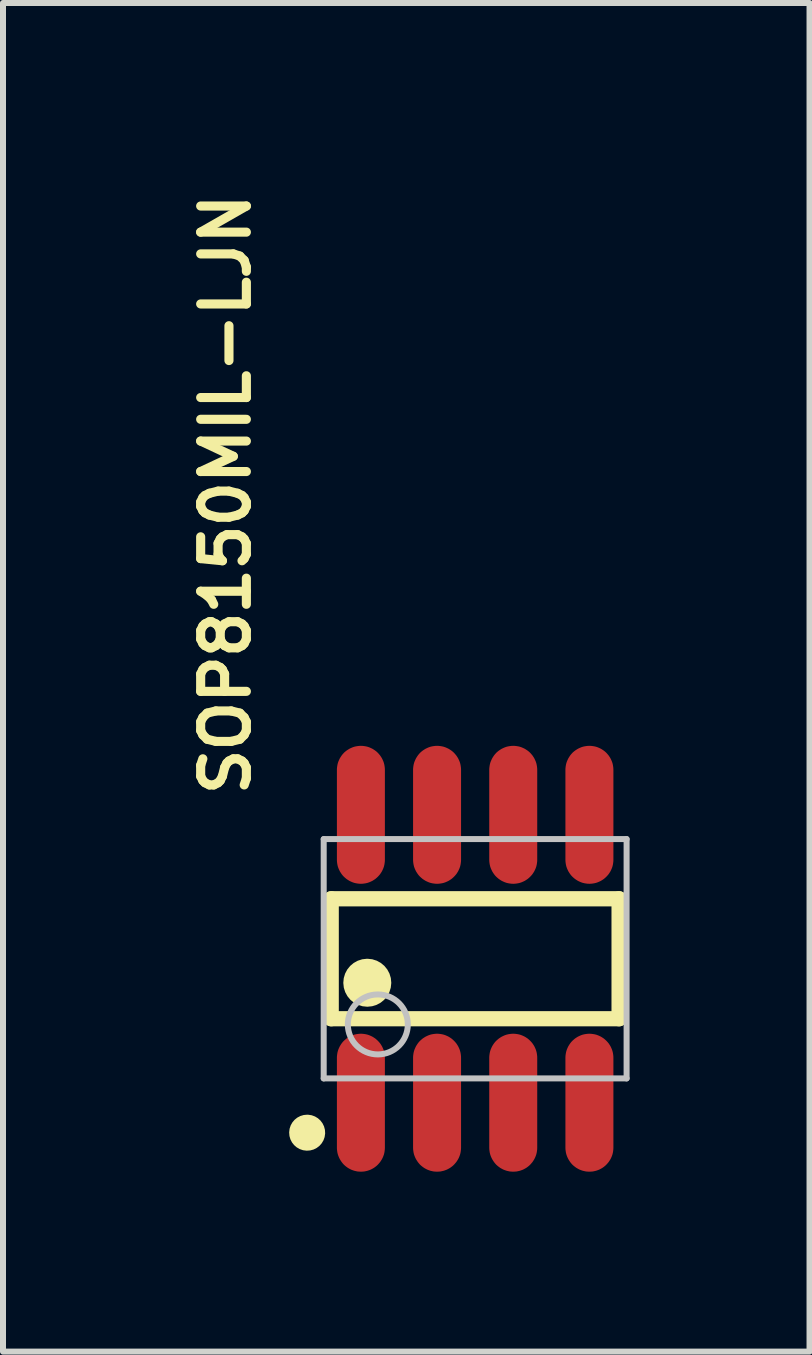
<source format=kicad_pcb>
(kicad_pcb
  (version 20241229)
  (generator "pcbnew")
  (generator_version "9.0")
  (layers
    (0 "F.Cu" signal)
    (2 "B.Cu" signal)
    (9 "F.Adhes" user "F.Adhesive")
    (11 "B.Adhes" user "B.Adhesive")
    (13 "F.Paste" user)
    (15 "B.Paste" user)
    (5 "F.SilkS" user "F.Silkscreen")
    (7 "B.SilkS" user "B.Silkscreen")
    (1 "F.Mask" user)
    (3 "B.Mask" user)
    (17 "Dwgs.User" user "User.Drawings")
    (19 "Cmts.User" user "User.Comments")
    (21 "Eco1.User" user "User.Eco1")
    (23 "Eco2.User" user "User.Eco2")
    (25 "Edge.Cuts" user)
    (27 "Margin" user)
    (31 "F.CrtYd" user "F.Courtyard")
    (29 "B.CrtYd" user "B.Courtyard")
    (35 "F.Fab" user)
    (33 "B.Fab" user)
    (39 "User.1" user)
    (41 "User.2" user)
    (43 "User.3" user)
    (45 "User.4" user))
  (footprint "SOP8150MIL-LJN"
    (layer "F.Cu")
    (at 3.099 13.358)
    (property "Reference" "SOP8150MIL-LJN" (at -2.386 -3.076 90) (layer "F.SilkS") (effects (font (size 0.762 0.762) (thickness 0.152)) (justify left)))
    (attr smd)
    (fp_line (start -0.627 -1.423) (end -0.627 0.577) (stroke (width 0.254) (type solid)) (layer "F.SilkS"))
    (fp_line (start -0.627 0.577) (end 4.173 0.577) (stroke (width 0.254) (type solid)) (layer "F.SilkS"))
    (fp_line (start 4.173 -1.423) (end -0.627 -1.423) (stroke (width 0.254) (type solid)) (layer "F.SilkS"))
    (fp_line (start 4.173 0.577) (end 4.173 -1.423) (stroke (width 0.254) (type solid)) (layer "F.SilkS"))
    (fp_arc (start -1.02 2.327) (mid -1.03067 2.627118) (end -1.026662 2.326837) (stroke (width 0.3) (type solid)) (layer "F.SilkS"))
    (fp_arc (start -0.023 -0.223) (mid -0.026803 0.177021) (end -0.027395 -0.223018) (stroke (width 0.4) (type solid)) (layer "F.SilkS"))
    (fp_line (start -0.752 -2.418) (end -0.752 1.572) (stroke (width 0.1) (type solid)) (layer "Dwgs.User"))
    (fp_line (start -0.752 1.572) (end 4.298 1.572) (stroke (width 0.1) (type solid)) (layer "Dwgs.User"))
    (fp_line (start 4.298 -2.418) (end -0.752 -2.418) (stroke (width 0.1) (type solid)) (layer "Dwgs.User"))
    (fp_line (start 4.298 1.572) (end 4.298 -2.418) (stroke (width 0.1) (type solid)) (layer "Dwgs.User"))
    (fp_arc (start 0.153 0.172) (mid 0.145705 1.17202) (end 0.147589 0.171975) (stroke (width 0.1) (type solid)) (layer "Dwgs.User"))
    (pad "1" smd custom (at -0.132 1.977 180) (size 0.01 0.01) (layers "F.Cu" "F.Mask" "F.Paste") (options (anchor circle)) (primitives (gr_poly (pts (xy 0.35 0.75) (xy 0.349 0.775) (xy 0.346 0.8) (xy 0.342 0.824) (xy 0.336 0.848) (xy 0.328 0.872) (xy 0.318 0.895) (xy 0.307 0.918) (xy 0.294 0.939) (xy 0.28 0.96) (xy 0.265 0.979) (xy 0.248 0.997) (xy 0.229 1.014) (xy 0.21 1.03) (xy 0.189 1.044) (xy 0.168 1.057) (xy 0.145 1.068) (xy 0.122 1.078) (xy 0.099 1.086) (xy 0.074 1.092) (xy 0.05 1.096) (xy 0.025 1.099) (xy 0 1.1) (xy -0.025 1.099) (xy -0.05 1.096) (xy -0.074 1.092) (xy -0.099 1.086) (xy -0.122 1.078) (xy -0.145 1.068) (xy -0.168 1.057) (xy -0.189 1.044) (xy -0.21 1.03) (xy -0.229 1.014) (xy -0.247 0.997) (xy -0.264 0.979) (xy -0.28 0.96) (xy -0.294 0.939) (xy -0.307 0.918) (xy -0.318 0.895) (xy -0.328 0.872) (xy -0.336 0.848) (xy -0.342 0.824) (xy -0.346 0.8) (xy -0.349 0.775) (xy -0.35 0.75) (xy -0.35 -0.75) (xy -0.349 -0.775) (xy -0.346 -0.8) (xy -0.342 -0.825) (xy -0.336 -0.849) (xy -0.328 -0.872) (xy -0.318 -0.896) (xy -0.307 -0.918) (xy -0.294 -0.939) (xy -0.28 -0.96) (xy -0.264 -0.979) (xy -0.247 -0.998) (xy -0.229 -1.015) (xy -0.21 -1.03) (xy -0.189 -1.045) (xy -0.168 -1.057) (xy -0.145 -1.069) (xy -0.122 -1.078) (xy -0.099 -1.086) (xy -0.074 -1.092) (xy -0.05 -1.097) (xy -0.025 -1.099) (xy 0 -1.1) (xy 0.025 -1.099) (xy 0.05 -1.097) (xy 0.074 -1.092) (xy 0.099 -1.086) (xy 0.122 -1.078) (xy 0.145 -1.069) (xy 0.168 -1.057) (xy 0.189 -1.045) (xy 0.21 -1.03) (xy 0.229 -1.015) (xy 0.248 -0.998) (xy 0.265 -0.979) (xy 0.28 -0.96) (xy 0.294 -0.939) (xy 0.307 -0.918) (xy 0.318 -0.896) (xy 0.328 -0.872) (xy 0.336 -0.849) (xy 0.342 -0.825) (xy 0.346 -0.8) (xy 0.349 -0.775) (xy 0.35 -0.75)) (width 0.1) (fill yes))))
    (pad "2" smd custom (at 1.138 1.977 180) (size 0.01 0.01) (layers "F.Cu" "F.Mask" "F.Paste") (options (anchor circle)) (primitives (gr_poly (pts (xy 0.35 0.75) (xy 0.349 0.775) (xy 0.346 0.8) (xy 0.342 0.824) (xy 0.336 0.848) (xy 0.328 0.872) (xy 0.318 0.895) (xy 0.307 0.918) (xy 0.294 0.939) (xy 0.28 0.96) (xy 0.265 0.979) (xy 0.248 0.997) (xy 0.229 1.014) (xy 0.21 1.03) (xy 0.189 1.044) (xy 0.168 1.057) (xy 0.145 1.068) (xy 0.122 1.078) (xy 0.099 1.086) (xy 0.074 1.092) (xy 0.05 1.096) (xy 0.025 1.099) (xy 0 1.1) (xy -0.025 1.099) (xy -0.05 1.096) (xy -0.074 1.092) (xy -0.099 1.086) (xy -0.122 1.078) (xy -0.145 1.068) (xy -0.168 1.057) (xy -0.189 1.044) (xy -0.21 1.03) (xy -0.229 1.014) (xy -0.247 0.997) (xy -0.264 0.979) (xy -0.28 0.96) (xy -0.294 0.939) (xy -0.307 0.918) (xy -0.318 0.895) (xy -0.328 0.872) (xy -0.336 0.848) (xy -0.342 0.824) (xy -0.346 0.8) (xy -0.349 0.775) (xy -0.35 0.75) (xy -0.35 -0.75) (xy -0.349 -0.775) (xy -0.346 -0.8) (xy -0.342 -0.825) (xy -0.336 -0.849) (xy -0.328 -0.872) (xy -0.318 -0.896) (xy -0.307 -0.918) (xy -0.294 -0.939) (xy -0.28 -0.96) (xy -0.264 -0.979) (xy -0.247 -0.998) (xy -0.229 -1.015) (xy -0.21 -1.03) (xy -0.189 -1.045) (xy -0.168 -1.057) (xy -0.145 -1.069) (xy -0.122 -1.078) (xy -0.099 -1.086) (xy -0.074 -1.092) (xy -0.05 -1.097) (xy -0.025 -1.099) (xy 0 -1.1) (xy 0.025 -1.099) (xy 0.05 -1.097) (xy 0.074 -1.092) (xy 0.099 -1.086) (xy 0.122 -1.078) (xy 0.145 -1.069) (xy 0.168 -1.057) (xy 0.189 -1.045) (xy 0.21 -1.03) (xy 0.229 -1.015) (xy 0.248 -0.998) (xy 0.265 -0.979) (xy 0.28 -0.96) (xy 0.294 -0.939) (xy 0.307 -0.918) (xy 0.318 -0.896) (xy 0.328 -0.872) (xy 0.336 -0.849) (xy 0.342 -0.825) (xy 0.346 -0.8) (xy 0.349 -0.775) (xy 0.35 -0.75)) (width 0.1) (fill yes))))
    (pad "3" smd custom (at 2.408 1.977 180) (size 0.01 0.01) (layers "F.Cu" "F.Mask" "F.Paste") (options (anchor circle)) (primitives (gr_poly (pts (xy 0.35 0.75) (xy 0.349 0.775) (xy 0.346 0.8) (xy 0.342 0.824) (xy 0.336 0.848) (xy 0.328 0.872) (xy 0.318 0.895) (xy 0.307 0.918) (xy 0.294 0.939) (xy 0.28 0.96) (xy 0.265 0.979) (xy 0.248 0.997) (xy 0.229 1.014) (xy 0.21 1.03) (xy 0.189 1.044) (xy 0.168 1.057) (xy 0.145 1.068) (xy 0.122 1.078) (xy 0.099 1.086) (xy 0.074 1.092) (xy 0.05 1.096) (xy 0.025 1.099) (xy 0 1.1) (xy -0.025 1.099) (xy -0.05 1.096) (xy -0.074 1.092) (xy -0.099 1.086) (xy -0.122 1.078) (xy -0.145 1.068) (xy -0.168 1.057) (xy -0.189 1.044) (xy -0.21 1.03) (xy -0.229 1.014) (xy -0.247 0.997) (xy -0.264 0.979) (xy -0.28 0.96) (xy -0.294 0.939) (xy -0.307 0.918) (xy -0.318 0.895) (xy -0.328 0.872) (xy -0.336 0.848) (xy -0.342 0.824) (xy -0.346 0.8) (xy -0.349 0.775) (xy -0.35 0.75) (xy -0.35 -0.75) (xy -0.349 -0.775) (xy -0.346 -0.8) (xy -0.342 -0.825) (xy -0.336 -0.849) (xy -0.328 -0.872) (xy -0.318 -0.896) (xy -0.307 -0.918) (xy -0.294 -0.939) (xy -0.28 -0.96) (xy -0.264 -0.979) (xy -0.247 -0.998) (xy -0.229 -1.015) (xy -0.21 -1.03) (xy -0.189 -1.045) (xy -0.168 -1.057) (xy -0.145 -1.069) (xy -0.122 -1.078) (xy -0.099 -1.086) (xy -0.074 -1.092) (xy -0.05 -1.097) (xy -0.025 -1.099) (xy 0 -1.1) (xy 0.025 -1.099) (xy 0.05 -1.097) (xy 0.074 -1.092) (xy 0.099 -1.086) (xy 0.122 -1.078) (xy 0.145 -1.069) (xy 0.168 -1.057) (xy 0.189 -1.045) (xy 0.21 -1.03) (xy 0.229 -1.015) (xy 0.248 -0.998) (xy 0.265 -0.979) (xy 0.28 -0.96) (xy 0.294 -0.939) (xy 0.307 -0.918) (xy 0.318 -0.896) (xy 0.328 -0.872) (xy 0.336 -0.849) (xy 0.342 -0.825) (xy 0.346 -0.8) (xy 0.349 -0.775) (xy 0.35 -0.75)) (width 0.1) (fill yes))))
    (pad "4" smd custom (at 3.678 1.977 180) (size 0.01 0.01) (layers "F.Cu" "F.Mask" "F.Paste") (options (anchor circle)) (primitives (gr_poly (pts (xy 0.35 0.75) (xy 0.349 0.775) (xy 0.346 0.8) (xy 0.342 0.824) (xy 0.336 0.848) (xy 0.328 0.872) (xy 0.318 0.895) (xy 0.307 0.918) (xy 0.294 0.939) (xy 0.28 0.96) (xy 0.265 0.979) (xy 0.248 0.997) (xy 0.229 1.014) (xy 0.21 1.03) (xy 0.189 1.044) (xy 0.168 1.057) (xy 0.145 1.068) (xy 0.122 1.078) (xy 0.099 1.086) (xy 0.074 1.092) (xy 0.05 1.096) (xy 0.025 1.099) (xy 0 1.1) (xy -0.025 1.099) (xy -0.05 1.096) (xy -0.074 1.092) (xy -0.099 1.086) (xy -0.122 1.078) (xy -0.145 1.068) (xy -0.168 1.057) (xy -0.189 1.044) (xy -0.21 1.03) (xy -0.229 1.014) (xy -0.247 0.997) (xy -0.264 0.979) (xy -0.28 0.96) (xy -0.294 0.939) (xy -0.307 0.918) (xy -0.318 0.895) (xy -0.328 0.872) (xy -0.336 0.848) (xy -0.342 0.824) (xy -0.346 0.8) (xy -0.349 0.775) (xy -0.35 0.75) (xy -0.35 -0.75) (xy -0.349 -0.775) (xy -0.346 -0.8) (xy -0.342 -0.825) (xy -0.336 -0.849) (xy -0.328 -0.872) (xy -0.318 -0.896) (xy -0.307 -0.918) (xy -0.294 -0.939) (xy -0.28 -0.96) (xy -0.264 -0.979) (xy -0.247 -0.998) (xy -0.229 -1.015) (xy -0.21 -1.03) (xy -0.189 -1.045) (xy -0.168 -1.057) (xy -0.145 -1.069) (xy -0.122 -1.078) (xy -0.099 -1.086) (xy -0.074 -1.092) (xy -0.05 -1.097) (xy -0.025 -1.099) (xy 0 -1.1) (xy 0.025 -1.099) (xy 0.05 -1.097) (xy 0.074 -1.092) (xy 0.099 -1.086) (xy 0.122 -1.078) (xy 0.145 -1.069) (xy 0.168 -1.057) (xy 0.189 -1.045) (xy 0.21 -1.03) (xy 0.229 -1.015) (xy 0.248 -0.998) (xy 0.265 -0.979) (xy 0.28 -0.96) (xy 0.294 -0.939) (xy 0.307 -0.918) (xy 0.318 -0.896) (xy 0.328 -0.872) (xy 0.336 -0.849) (xy 0.342 -0.825) (xy 0.346 -0.8) (xy 0.349 -0.775) (xy 0.35 -0.75)) (width 0.1) (fill yes))))
    (pad "5" smd custom (at 3.678 -2.823 180) (size 0.01 0.01) (layers "F.Cu" "F.Mask" "F.Paste") (options (anchor circle)) (primitives (gr_poly (pts (xy 0.35 0.75) (xy 0.349 0.775) (xy 0.346 0.8) (xy 0.342 0.824) (xy 0.336 0.849) (xy 0.328 0.872) (xy 0.318 0.895) (xy 0.307 0.918) (xy 0.294 0.939) (xy 0.28 0.96) (xy 0.265 0.979) (xy 0.248 0.998) (xy 0.229 1.015) (xy 0.21 1.03) (xy 0.189 1.044) (xy 0.168 1.057) (xy 0.145 1.068) (xy 0.122 1.078) (xy 0.099 1.086) (xy 0.074 1.092) (xy 0.05 1.096) (xy 0.025 1.099) (xy 0 1.1) (xy -0.025 1.099) (xy -0.05 1.096) (xy -0.074 1.092) (xy -0.099 1.086) (xy -0.122 1.078) (xy -0.145 1.068) (xy -0.168 1.057) (xy -0.189 1.044) (xy -0.21 1.03) (xy -0.229 1.015) (xy -0.247 0.998) (xy -0.264 0.979) (xy -0.28 0.96) (xy -0.294 0.939) (xy -0.307 0.918) (xy -0.318 0.895) (xy -0.328 0.872) (xy -0.336 0.849) (xy -0.342 0.824) (xy -0.346 0.8) (xy -0.349 0.775) (xy -0.35 0.75) (xy -0.35 -0.75) (xy -0.349 -0.775) (xy -0.346 -0.8) (xy -0.342 -0.824) (xy -0.336 -0.849) (xy -0.328 -0.872) (xy -0.318 -0.895) (xy -0.307 -0.918) (xy -0.294 -0.939) (xy -0.28 -0.96) (xy -0.264 -0.979) (xy -0.247 -0.997) (xy -0.229 -1.014) (xy -0.21 -1.03) (xy -0.189 -1.044) (xy -0.168 -1.057) (xy -0.145 -1.068) (xy -0.122 -1.078) (xy -0.099 -1.086) (xy -0.074 -1.092) (xy -0.05 -1.096) (xy -0.025 -1.099) (xy 0 -1.1) (xy 0.025 -1.099) (xy 0.05 -1.096) (xy 0.074 -1.092) (xy 0.099 -1.086) (xy 0.122 -1.078) (xy 0.145 -1.068) (xy 0.168 -1.057) (xy 0.189 -1.044) (xy 0.21 -1.03) (xy 0.229 -1.014) (xy 0.248 -0.997) (xy 0.265 -0.979) (xy 0.28 -0.96) (xy 0.294 -0.939) (xy 0.307 -0.918) (xy 0.318 -0.895) (xy 0.328 -0.872) (xy 0.336 -0.849) (xy 0.342 -0.824) (xy 0.346 -0.8) (xy 0.349 -0.775) (xy 0.35 -0.75)) (width 0.1) (fill yes))))
    (pad "6" smd custom (at 2.408 -2.823 180) (size 0.01 0.01) (layers "F.Cu" "F.Mask" "F.Paste") (options (anchor circle)) (primitives (gr_poly (pts (xy 0.35 0.75) (xy 0.349 0.775) (xy 0.346 0.8) (xy 0.342 0.824) (xy 0.336 0.849) (xy 0.328 0.872) (xy 0.318 0.895) (xy 0.307 0.918) (xy 0.294 0.939) (xy 0.28 0.96) (xy 0.265 0.979) (xy 0.248 0.998) (xy 0.229 1.015) (xy 0.21 1.03) (xy 0.189 1.044) (xy 0.168 1.057) (xy 0.145 1.068) (xy 0.122 1.078) (xy 0.099 1.086) (xy 0.074 1.092) (xy 0.05 1.096) (xy 0.025 1.099) (xy 0 1.1) (xy -0.025 1.099) (xy -0.05 1.096) (xy -0.074 1.092) (xy -0.099 1.086) (xy -0.122 1.078) (xy -0.145 1.068) (xy -0.168 1.057) (xy -0.189 1.044) (xy -0.21 1.03) (xy -0.229 1.015) (xy -0.247 0.998) (xy -0.264 0.979) (xy -0.28 0.96) (xy -0.294 0.939) (xy -0.307 0.918) (xy -0.318 0.895) (xy -0.328 0.872) (xy -0.336 0.849) (xy -0.342 0.824) (xy -0.346 0.8) (xy -0.349 0.775) (xy -0.35 0.75) (xy -0.35 -0.75) (xy -0.349 -0.775) (xy -0.346 -0.8) (xy -0.342 -0.824) (xy -0.336 -0.849) (xy -0.328 -0.872) (xy -0.318 -0.895) (xy -0.307 -0.918) (xy -0.294 -0.939) (xy -0.28 -0.96) (xy -0.264 -0.979) (xy -0.247 -0.997) (xy -0.229 -1.014) (xy -0.21 -1.03) (xy -0.189 -1.044) (xy -0.168 -1.057) (xy -0.145 -1.068) (xy -0.122 -1.078) (xy -0.099 -1.086) (xy -0.074 -1.092) (xy -0.05 -1.096) (xy -0.025 -1.099) (xy 0 -1.1) (xy 0.025 -1.099) (xy 0.05 -1.096) (xy 0.074 -1.092) (xy 0.099 -1.086) (xy 0.122 -1.078) (xy 0.145 -1.068) (xy 0.168 -1.057) (xy 0.189 -1.044) (xy 0.21 -1.03) (xy 0.229 -1.014) (xy 0.248 -0.997) (xy 0.265 -0.979) (xy 0.28 -0.96) (xy 0.294 -0.939) (xy 0.307 -0.918) (xy 0.318 -0.895) (xy 0.328 -0.872) (xy 0.336 -0.849) (xy 0.342 -0.824) (xy 0.346 -0.8) (xy 0.349 -0.775) (xy 0.35 -0.75)) (width 0.1) (fill yes))))
    (pad "7" smd custom (at 1.138 -2.823 180) (size 0.01 0.01) (layers "F.Cu" "F.Mask" "F.Paste") (options (anchor circle)) (primitives (gr_poly (pts (xy 0.35 0.75) (xy 0.349 0.775) (xy 0.346 0.8) (xy 0.342 0.824) (xy 0.336 0.849) (xy 0.328 0.872) (xy 0.318 0.895) (xy 0.307 0.918) (xy 0.294 0.939) (xy 0.28 0.96) (xy 0.265 0.979) (xy 0.248 0.998) (xy 0.229 1.015) (xy 0.21 1.03) (xy 0.189 1.044) (xy 0.168 1.057) (xy 0.145 1.068) (xy 0.122 1.078) (xy 0.099 1.086) (xy 0.074 1.092) (xy 0.05 1.096) (xy 0.025 1.099) (xy 0 1.1) (xy -0.025 1.099) (xy -0.05 1.096) (xy -0.074 1.092) (xy -0.099 1.086) (xy -0.122 1.078) (xy -0.145 1.068) (xy -0.168 1.057) (xy -0.189 1.044) (xy -0.21 1.03) (xy -0.229 1.015) (xy -0.247 0.998) (xy -0.264 0.979) (xy -0.28 0.96) (xy -0.294 0.939) (xy -0.307 0.918) (xy -0.318 0.895) (xy -0.328 0.872) (xy -0.336 0.849) (xy -0.342 0.824) (xy -0.346 0.8) (xy -0.349 0.775) (xy -0.35 0.75) (xy -0.35 -0.75) (xy -0.349 -0.775) (xy -0.346 -0.8) (xy -0.342 -0.824) (xy -0.336 -0.849) (xy -0.328 -0.872) (xy -0.318 -0.895) (xy -0.307 -0.918) (xy -0.294 -0.939) (xy -0.28 -0.96) (xy -0.264 -0.979) (xy -0.247 -0.997) (xy -0.229 -1.014) (xy -0.21 -1.03) (xy -0.189 -1.044) (xy -0.168 -1.057) (xy -0.145 -1.068) (xy -0.122 -1.078) (xy -0.099 -1.086) (xy -0.074 -1.092) (xy -0.05 -1.096) (xy -0.025 -1.099) (xy 0 -1.1) (xy 0.025 -1.099) (xy 0.05 -1.096) (xy 0.074 -1.092) (xy 0.099 -1.086) (xy 0.122 -1.078) (xy 0.145 -1.068) (xy 0.168 -1.057) (xy 0.189 -1.044) (xy 0.21 -1.03) (xy 0.229 -1.014) (xy 0.248 -0.997) (xy 0.265 -0.979) (xy 0.28 -0.96) (xy 0.294 -0.939) (xy 0.307 -0.918) (xy 0.318 -0.895) (xy 0.328 -0.872) (xy 0.336 -0.849) (xy 0.342 -0.824) (xy 0.346 -0.8) (xy 0.349 -0.775) (xy 0.35 -0.75)) (width 0.1) (fill yes))))
    (pad "8" smd custom (at -0.132 -2.823 180) (size 0.01 0.01) (layers "F.Cu" "F.Mask" "F.Paste") (options (anchor circle)) (primitives (gr_poly (pts (xy 0.35 0.75) (xy 0.349 0.775) (xy 0.346 0.8) (xy 0.342 0.824) (xy 0.336 0.849) (xy 0.328 0.872) (xy 0.318 0.895) (xy 0.307 0.918) (xy 0.294 0.939) (xy 0.28 0.96) (xy 0.265 0.979) (xy 0.248 0.998) (xy 0.229 1.015) (xy 0.21 1.03) (xy 0.189 1.044) (xy 0.168 1.057) (xy 0.145 1.068) (xy 0.122 1.078) (xy 0.099 1.086) (xy 0.074 1.092) (xy 0.05 1.096) (xy 0.025 1.099) (xy 0 1.1) (xy -0.025 1.099) (xy -0.05 1.096) (xy -0.074 1.092) (xy -0.099 1.086) (xy -0.122 1.078) (xy -0.145 1.068) (xy -0.168 1.057) (xy -0.189 1.044) (xy -0.21 1.03) (xy -0.229 1.015) (xy -0.247 0.998) (xy -0.264 0.979) (xy -0.28 0.96) (xy -0.294 0.939) (xy -0.307 0.918) (xy -0.318 0.895) (xy -0.328 0.872) (xy -0.336 0.849) (xy -0.342 0.824) (xy -0.346 0.8) (xy -0.349 0.775) (xy -0.35 0.75) (xy -0.35 -0.75) (xy -0.349 -0.775) (xy -0.346 -0.8) (xy -0.342 -0.824) (xy -0.336 -0.849) (xy -0.328 -0.872) (xy -0.318 -0.895) (xy -0.307 -0.918) (xy -0.294 -0.939) (xy -0.28 -0.96) (xy -0.264 -0.979) (xy -0.247 -0.997) (xy -0.229 -1.014) (xy -0.21 -1.03) (xy -0.189 -1.044) (xy -0.168 -1.057) (xy -0.145 -1.068) (xy -0.122 -1.078) (xy -0.099 -1.086) (xy -0.074 -1.092) (xy -0.05 -1.096) (xy -0.025 -1.099) (xy 0 -1.1) (xy 0.025 -1.099) (xy 0.05 -1.096) (xy 0.074 -1.092) (xy 0.099 -1.086) (xy 0.122 -1.078) (xy 0.145 -1.068) (xy 0.168 -1.057) (xy 0.189 -1.044) (xy 0.21 -1.03) (xy 0.229 -1.014) (xy 0.248 -0.997) (xy 0.265 -0.979) (xy 0.28 -0.96) (xy 0.294 -0.939) (xy 0.307 -0.918) (xy 0.318 -0.895) (xy 0.328 -0.872) (xy 0.336 -0.849) (xy 0.342 -0.824) (xy 0.346 -0.8) (xy 0.349 -0.775) (xy 0.35 -0.75)) (width 0.1) (fill yes)))))
  (gr_rect
    (start -3 -3)
    (end 10.447 19.485)
    (stroke (width 0.1) (type default))
    (fill no)
    (layer "Edge.Cuts")))
</source>
